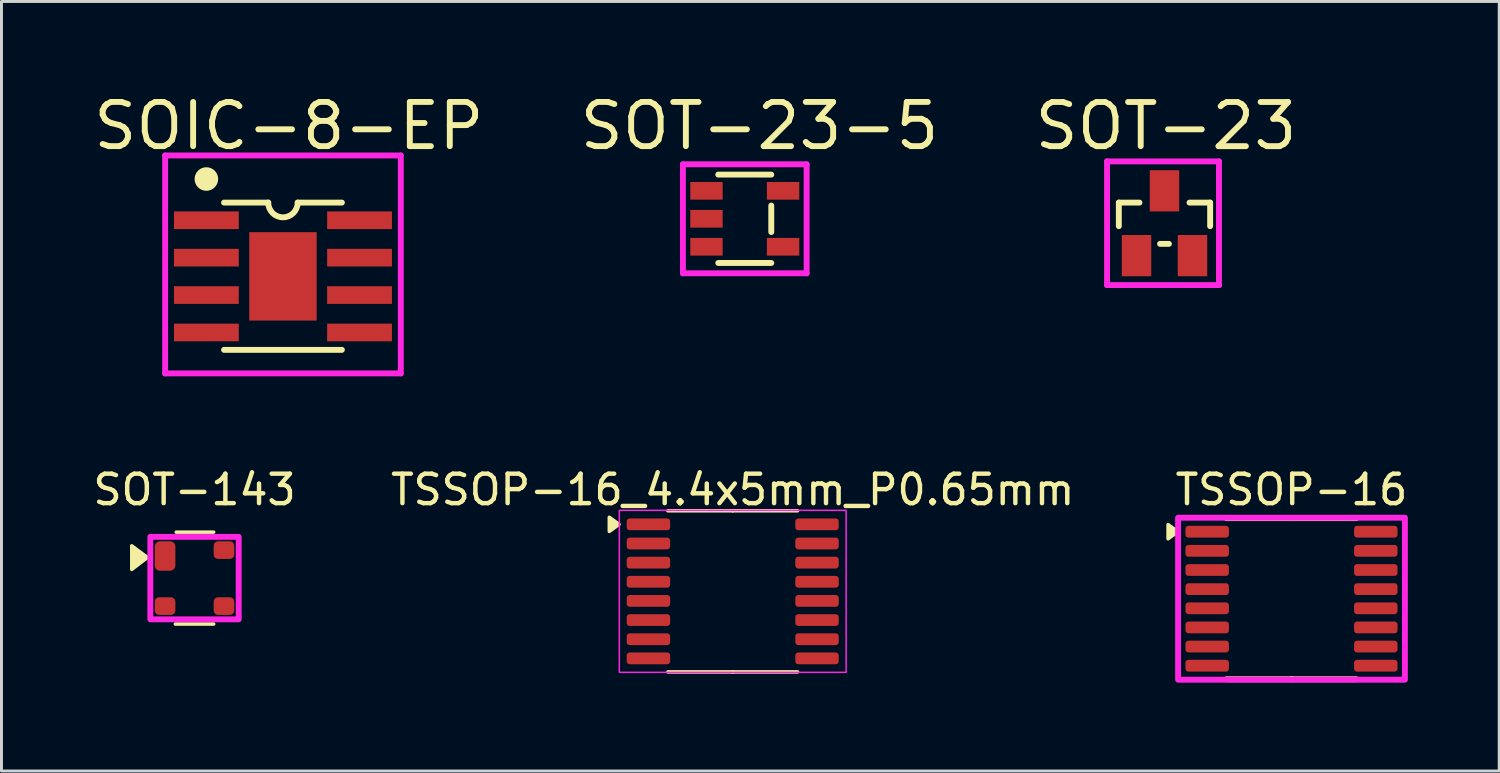
<source format=kicad_pcb>
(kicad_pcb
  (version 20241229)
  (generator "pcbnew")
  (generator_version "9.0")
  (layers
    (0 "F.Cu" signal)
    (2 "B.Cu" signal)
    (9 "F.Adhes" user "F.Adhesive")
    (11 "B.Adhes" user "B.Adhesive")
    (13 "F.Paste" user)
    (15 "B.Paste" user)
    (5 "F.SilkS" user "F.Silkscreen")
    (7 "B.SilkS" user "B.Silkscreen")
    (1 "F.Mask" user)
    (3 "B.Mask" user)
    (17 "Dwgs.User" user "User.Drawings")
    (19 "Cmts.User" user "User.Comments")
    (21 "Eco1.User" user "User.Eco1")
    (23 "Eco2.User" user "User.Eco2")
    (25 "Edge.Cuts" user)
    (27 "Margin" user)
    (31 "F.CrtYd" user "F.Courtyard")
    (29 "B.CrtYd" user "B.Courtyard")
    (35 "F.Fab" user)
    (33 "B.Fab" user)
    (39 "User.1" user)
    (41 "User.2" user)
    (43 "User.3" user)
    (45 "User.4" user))
  (footprint "SOT-23-5"
    (layer "F.Cu")
    (at 22.236 4.378)
    (property "Reference" "SOT-23-5" (at 0.5 -3.15 0) (layer "F.SilkS") (effects (font (size 1.5 1.5) (thickness 0.2))))
    (attr smd)
    (fp_line (start -0.9 -1.5) (end 0.9 -1.5) (stroke (width 0.2) (type solid)) (layer "F.SilkS"))
    (fp_line (start 0.9 -0.45) (end 0.9 0.45) (stroke (width 0.2) (type solid)) (layer "F.SilkS"))
    (fp_line (start 0.9 1.5) (end -0.9 1.5) (stroke (width 0.2) (type solid)) (layer "F.SilkS"))
    (fp_line (start -2.1 -1.85) (end 2.1 -1.85) (stroke (width 0.2) (type solid)) (layer "F.CrtYd"))
    (fp_line (start -2.1 1.85) (end -2.1 -1.85) (stroke (width 0.2) (type solid)) (layer "F.CrtYd"))
    (fp_line (start 2.1 -1.85) (end 2.1 1.85) (stroke (width 0.2) (type solid)) (layer "F.CrtYd"))
    (fp_line (start 2.1 1.85) (end -2.1 1.85) (stroke (width 0.2) (type solid)) (layer "F.CrtYd"))
    (pad "1" smd rect (at -1.3 -0.95) (size 1.1 0.6) (layers "F.Cu" "F.Mask" "F.Paste"))
    (pad "2" smd rect (at -1.3 0) (size 1.1 0.6) (layers "F.Cu" "F.Mask" "F.Paste"))
    (pad "3" smd rect (at -1.3 0.95) (size 1.1 0.6) (layers "F.Cu" "F.Mask" "F.Paste"))
    (pad "4" smd rect (at 1.3 0.95) (size 1.1 0.6) (layers "F.Cu" "F.Mask" "F.Paste"))
    (pad "5" smd rect (at 1.3 -0.95) (size 1.1 0.6) (layers "F.Cu" "F.Mask" "F.Paste")))
  (footprint "TSSOP-16"
    (layer "F.Cu")
    (at 40.798 17.277)
    (property "Reference" "TSSOP-16" (at 0 -3.7 0) (layer "F.SilkS") (effects (font (size 1 1) (thickness 0.15))))
    (attr smd)
    (fp_line (start 0 -2.735) (end -2.2 -2.735) (stroke (width 0.2) (type solid)) (layer "F.SilkS"))
    (fp_line (start 0 -2.735) (end 2.2 -2.735) (stroke (width 0.2) (type solid)) (layer "F.SilkS"))
    (fp_line (start 0 2.735) (end -2.2 2.735) (stroke (width 0.2) (type solid)) (layer "F.SilkS"))
    (fp_line (start 0 2.735) (end 2.2 2.735) (stroke (width 0.2) (type solid)) (layer "F.SilkS"))
    (fp_poly (pts (xy -3.86 -2.275) (xy -4.19 -2.035) (xy -4.19 -2.515)) (stroke (width 0.12) (type solid)) (fill yes) (layer "F.SilkS"))
    (fp_rect (start -3.85 -2.75) (end 3.85 2.75) (stroke (width 0.2) (type solid)) (fill no) (layer "F.CrtYd"))
    (pad "1" smd roundrect (at -2.862 -2.275) (size 1.475 0.4) (layers "F.Cu" "F.Mask" "F.Paste") (roundrect_rratio 0.25))
    (pad "2" smd roundrect (at -2.862 -1.625) (size 1.475 0.4) (layers "F.Cu" "F.Mask" "F.Paste") (roundrect_rratio 0.25))
    (pad "3" smd roundrect (at -2.862 -0.975) (size 1.475 0.4) (layers "F.Cu" "F.Mask" "F.Paste") (roundrect_rratio 0.25))
    (pad "4" smd roundrect (at -2.862 -0.325) (size 1.475 0.4) (layers "F.Cu" "F.Mask" "F.Paste") (roundrect_rratio 0.25))
    (pad "5" smd roundrect (at -2.862 0.325) (size 1.475 0.4) (layers "F.Cu" "F.Mask" "F.Paste") (roundrect_rratio 0.25))
    (pad "6" smd roundrect (at -2.862 0.975) (size 1.475 0.4) (layers "F.Cu" "F.Mask" "F.Paste") (roundrect_rratio 0.25))
    (pad "7" smd roundrect (at -2.862 1.625) (size 1.475 0.4) (layers "F.Cu" "F.Mask" "F.Paste") (roundrect_rratio 0.25))
    (pad "8" smd roundrect (at -2.862 2.275) (size 1.475 0.4) (layers "F.Cu" "F.Mask" "F.Paste") (roundrect_rratio 0.25))
    (pad "9" smd roundrect (at 2.862 2.275) (size 1.475 0.4) (layers "F.Cu" "F.Mask" "F.Paste") (roundrect_rratio 0.25))
    (pad "10" smd roundrect (at 2.862 1.625) (size 1.475 0.4) (layers "F.Cu" "F.Mask" "F.Paste") (roundrect_rratio 0.25))
    (pad "11" smd roundrect (at 2.862 0.975) (size 1.475 0.4) (layers "F.Cu" "F.Mask" "F.Paste") (roundrect_rratio 0.25))
    (pad "12" smd roundrect (at 2.862 0.325) (size 1.475 0.4) (layers "F.Cu" "F.Mask" "F.Paste") (roundrect_rratio 0.25))
    (pad "13" smd roundrect (at 2.862 -0.325) (size 1.475 0.4) (layers "F.Cu" "F.Mask" "F.Paste") (roundrect_rratio 0.25))
    (pad "14" smd roundrect (at 2.862 -0.975) (size 1.475 0.4) (layers "F.Cu" "F.Mask" "F.Paste") (roundrect_rratio 0.25))
    (pad "15" smd roundrect (at 2.862 -1.625) (size 1.475 0.4) (layers "F.Cu" "F.Mask" "F.Paste") (roundrect_rratio 0.25))
    (pad "16" smd roundrect (at 2.862 -2.275) (size 1.475 0.4) (layers "F.Cu" "F.Mask" "F.Paste") (roundrect_rratio 0.25)))
  (footprint "SOT-23"
    (layer "F.Cu")
    (at 36.486 4.529)
    (property "Reference" "SOT-23" (at 0.05 -3.3 0) (layer "F.SilkS") (effects (font (size 1.5 1.5) (thickness 0.2))))
    (attr smd)
    (fp_line (start -1.55 -0.7) (end -1.55 0.1) (stroke (width 0.2) (type solid)) (layer "F.SilkS"))
    (fp_line (start -0.85 -0.7) (end -1.55 -0.7) (stroke (width 0.2) (type solid)) (layer "F.SilkS"))
    (fp_line (start -0.15 0.7) (end 0.15 0.7) (stroke (width 0.2) (type solid)) (layer "F.SilkS"))
    (fp_line (start 1.55 -0.7) (end 0.85 -0.7) (stroke (width 0.2) (type solid)) (layer "F.SilkS"))
    (fp_line (start 1.55 0.1) (end 1.55 -0.7) (stroke (width 0.2) (type solid)) (layer "F.SilkS"))
    (fp_line (start -1.95 -2.1) (end 1.85 -2.1) (stroke (width 0.2) (type solid)) (layer "F.CrtYd"))
    (fp_line (start -1.95 2.1) (end -1.95 -2.1) (stroke (width 0.2) (type solid)) (layer "F.CrtYd"))
    (fp_line (start 1.85 -2.1) (end 1.85 2.1) (stroke (width 0.2) (type solid)) (layer "F.CrtYd"))
    (fp_line (start 1.85 2.1) (end -1.95 2.1) (stroke (width 0.2) (type solid)) (layer "F.CrtYd"))
    (pad "1" smd rect (at -0.95 1.1) (size 1 1.4) (layers "F.Cu" "F.Mask" "F.Paste"))
    (pad "2" smd rect (at 0.95 1.1) (size 1 1.4) (layers "F.Cu" "F.Mask" "F.Paste"))
    (pad "3" smd rect (at 0 -1.1) (size 1 1.4) (layers "F.Cu" "F.Mask" "F.Paste")))
  (footprint "SOIC-8-EP"
    (layer "F.Cu")
    (at 6.557 6.333)
    (property "Reference" "SOIC-8-EP" (at 0.2 -5.105 0) (layer "F.SilkS") (effects (font (size 1.5 1.5) (thickness 0.2))))
    (attr smd)
    (fp_line (start -2 -2.505) (end -0.5 -2.505) (stroke (width 0.2) (type solid)) (layer "F.SilkS"))
    (fp_line (start -2 2.495) (end 2 2.495) (stroke (width 0.2) (type solid)) (layer "F.SilkS"))
    (fp_line (start 0.5 -2.505) (end 2 -2.505) (stroke (width 0.2) (type solid)) (layer "F.SilkS"))
    (fp_arc (start 0.5 -2.505) (mid 0 -2.005) (end -0.5 -2.505) (stroke (width 0.2) (type solid)) (layer "F.SilkS"))
    (fp_circle (center -2.6 -3.305) (end -2.4 -3.305) (stroke (width 0.4) (type solid)) (fill no) (layer "F.SilkS"))
    (fp_line (start -4 -4.105) (end 4 -4.105) (stroke (width 0.2) (type solid)) (layer "F.CrtYd"))
    (fp_line (start -4 3.295) (end -4 -4.105) (stroke (width 0.2) (type solid)) (layer "F.CrtYd"))
    (fp_line (start 4 -4.105) (end 4 3.295) (stroke (width 0.2) (type solid)) (layer "F.CrtYd"))
    (fp_line (start 4 3.295) (end -4 3.295) (stroke (width 0.2) (type solid)) (layer "F.CrtYd"))
    (pad "1" smd rect (at -2.6 -1.905) (size 2.2 0.6) (layers "F.Cu" "F.Mask" "F.Paste"))
    (pad "2" smd rect (at -2.6 -0.635) (size 2.2 0.6) (layers "F.Cu" "F.Mask" "F.Paste"))
    (pad "3" smd rect (at -2.6 0.635) (size 2.2 0.6) (layers "F.Cu" "F.Mask" "F.Paste"))
    (pad "4" smd rect (at -2.6 1.905) (size 2.2 0.6) (layers "F.Cu" "F.Mask" "F.Paste"))
    (pad "5" smd rect (at 2.6 1.905) (size 2.2 0.6) (layers "F.Cu" "F.Mask" "F.Paste"))
    (pad "6" smd rect (at 2.6 0.635) (size 2.2 0.6) (layers "F.Cu" "F.Mask" "F.Paste"))
    (pad "7" smd rect (at 2.6 -0.635) (size 2.2 0.6) (layers "F.Cu" "F.Mask" "F.Paste"))
    (pad "8" smd rect (at 2.6 -1.905) (size 2.2 0.6) (layers "F.Cu" "F.Mask" "F.Paste"))
    (pad "9" smd rect (at 0 0) (size 2.29 3) (layers "F.Cu" "F.Mask")))
  (footprint "SOT-143"
    (layer "F.Cu")
    (at 3.554 16.577)
    (property "Reference" "SOT-143" (at 0 -3 0) (unlocked yes) (layer "F.SilkS") (effects (font (size 1 1) (thickness 0.15))))
    (attr smd)
    (fp_line (start -0.65 1.56) (end 0.65 1.56) (stroke (width 0.12) (type solid)) (layer "F.SilkS"))
    (fp_line (start 0.65 -1.56) (end -0.62 -1.56) (stroke (width 0.12) (type solid)) (layer "F.SilkS"))
    (fp_poly (pts (xy -1.6 -0.7) (xy -2.13 -0.295) (xy -2.13 -1.095)) (stroke (width 0.12) (type solid)) (fill yes) (layer "F.SilkS"))
    (fp_rect (start -1.5 -1.4) (end 1.5 1.4) (stroke (width 0.2) (type default)) (fill no) (layer "F.CrtYd"))
    (pad "1" smd roundrect (at -1 -0.75) (size 0.7 1) (layers "F.Cu" "F.Mask" "F.Paste") (roundrect_rratio 0.25))
    (pad "2" smd roundrect (at -1 0.95) (size 0.7 0.6) (layers "F.Cu" "F.Mask" "F.Paste") (roundrect_rratio 0.25))
    (pad "3" smd roundrect (at 1 0.95) (size 0.7 0.6) (layers "F.Cu" "F.Mask" "F.Paste") (roundrect_rratio 0.25))
    (pad "4" smd roundrect (at 1 -0.95) (size 0.7 0.6) (layers "F.Cu" "F.Mask" "F.Paste") (roundrect_rratio 0.25)))
  (footprint "TSSOP-16_4.4x5mm_P0.65mm"
    (layer "F.Cu")
    (at 21.827 17.027)
    (property "Reference" "TSSOP-16_4.4x5mm_P0.65mm" (at 0 -3.45 0) (layer "F.SilkS") (effects (font (size 1 1) (thickness 0.15))))
    (attr smd)
    (fp_line (start 0 -2.735) (end -2.2 -2.735) (stroke (width 0.12) (type solid)) (layer "F.SilkS"))
    (fp_line (start 0 -2.735) (end 2.2 -2.735) (stroke (width 0.12) (type solid)) (layer "F.SilkS"))
    (fp_line (start 0 2.735) (end -2.2 2.735) (stroke (width 0.12) (type solid)) (layer "F.SilkS"))
    (fp_line (start 0 2.735) (end 2.2 2.735) (stroke (width 0.12) (type solid)) (layer "F.SilkS"))
    (fp_poly (pts (xy -3.86 -2.275) (xy -4.19 -2.035) (xy -4.19 -2.515)) (stroke (width 0.12) (type solid)) (fill yes) (layer "F.SilkS"))
    (fp_rect (start -3.85 -2.75) (end 3.85 2.75) (stroke (width 0.05) (type solid)) (fill no) (layer "F.CrtYd"))
    (pad "1" smd roundrect (at -2.862 -2.275) (size 1.475 0.4) (layers "F.Cu" "F.Mask" "F.Paste") (roundrect_rratio 0.25))
    (pad "2" smd roundrect (at -2.862 -1.625) (size 1.475 0.4) (layers "F.Cu" "F.Mask" "F.Paste") (roundrect_rratio 0.25))
    (pad "3" smd roundrect (at -2.862 -0.975) (size 1.475 0.4) (layers "F.Cu" "F.Mask" "F.Paste") (roundrect_rratio 0.25))
    (pad "4" smd roundrect (at -2.862 -0.325) (size 1.475 0.4) (layers "F.Cu" "F.Mask" "F.Paste") (roundrect_rratio 0.25))
    (pad "5" smd roundrect (at -2.862 0.325) (size 1.475 0.4) (layers "F.Cu" "F.Mask" "F.Paste") (roundrect_rratio 0.25))
    (pad "6" smd roundrect (at -2.862 0.975) (size 1.475 0.4) (layers "F.Cu" "F.Mask" "F.Paste") (roundrect_rratio 0.25))
    (pad "7" smd roundrect (at -2.862 1.625) (size 1.475 0.4) (layers "F.Cu" "F.Mask" "F.Paste") (roundrect_rratio 0.25))
    (pad "8" smd roundrect (at -2.862 2.275) (size 1.475 0.4) (layers "F.Cu" "F.Mask" "F.Paste") (roundrect_rratio 0.25))
    (pad "9" smd roundrect (at 2.862 2.275) (size 1.475 0.4) (layers "F.Cu" "F.Mask" "F.Paste") (roundrect_rratio 0.25))
    (pad "10" smd roundrect (at 2.862 1.625) (size 1.475 0.4) (layers "F.Cu" "F.Mask" "F.Paste") (roundrect_rratio 0.25))
    (pad "11" smd roundrect (at 2.862 0.975) (size 1.475 0.4) (layers "F.Cu" "F.Mask" "F.Paste") (roundrect_rratio 0.25))
    (pad "12" smd roundrect (at 2.862 0.325) (size 1.475 0.4) (layers "F.Cu" "F.Mask" "F.Paste") (roundrect_rratio 0.25))
    (pad "13" smd roundrect (at 2.862 -0.325) (size 1.475 0.4) (layers "F.Cu" "F.Mask" "F.Paste") (roundrect_rratio 0.25))
    (pad "14" smd roundrect (at 2.862 -0.975) (size 1.475 0.4) (layers "F.Cu" "F.Mask" "F.Paste") (roundrect_rratio 0.25))
    (pad "15" smd roundrect (at 2.862 -1.625) (size 1.475 0.4) (layers "F.Cu" "F.Mask" "F.Paste") (roundrect_rratio 0.25))
    (pad "16" smd roundrect (at 2.862 -2.275) (size 1.475 0.4) (layers "F.Cu" "F.Mask" "F.Paste") (roundrect_rratio 0.25)))
  (gr_rect
    (start -3 -3)
    (end 47.851 23.127)
    (stroke (width 0.1) (type default))
    (fill no)
    (layer "Edge.Cuts")))
</source>
